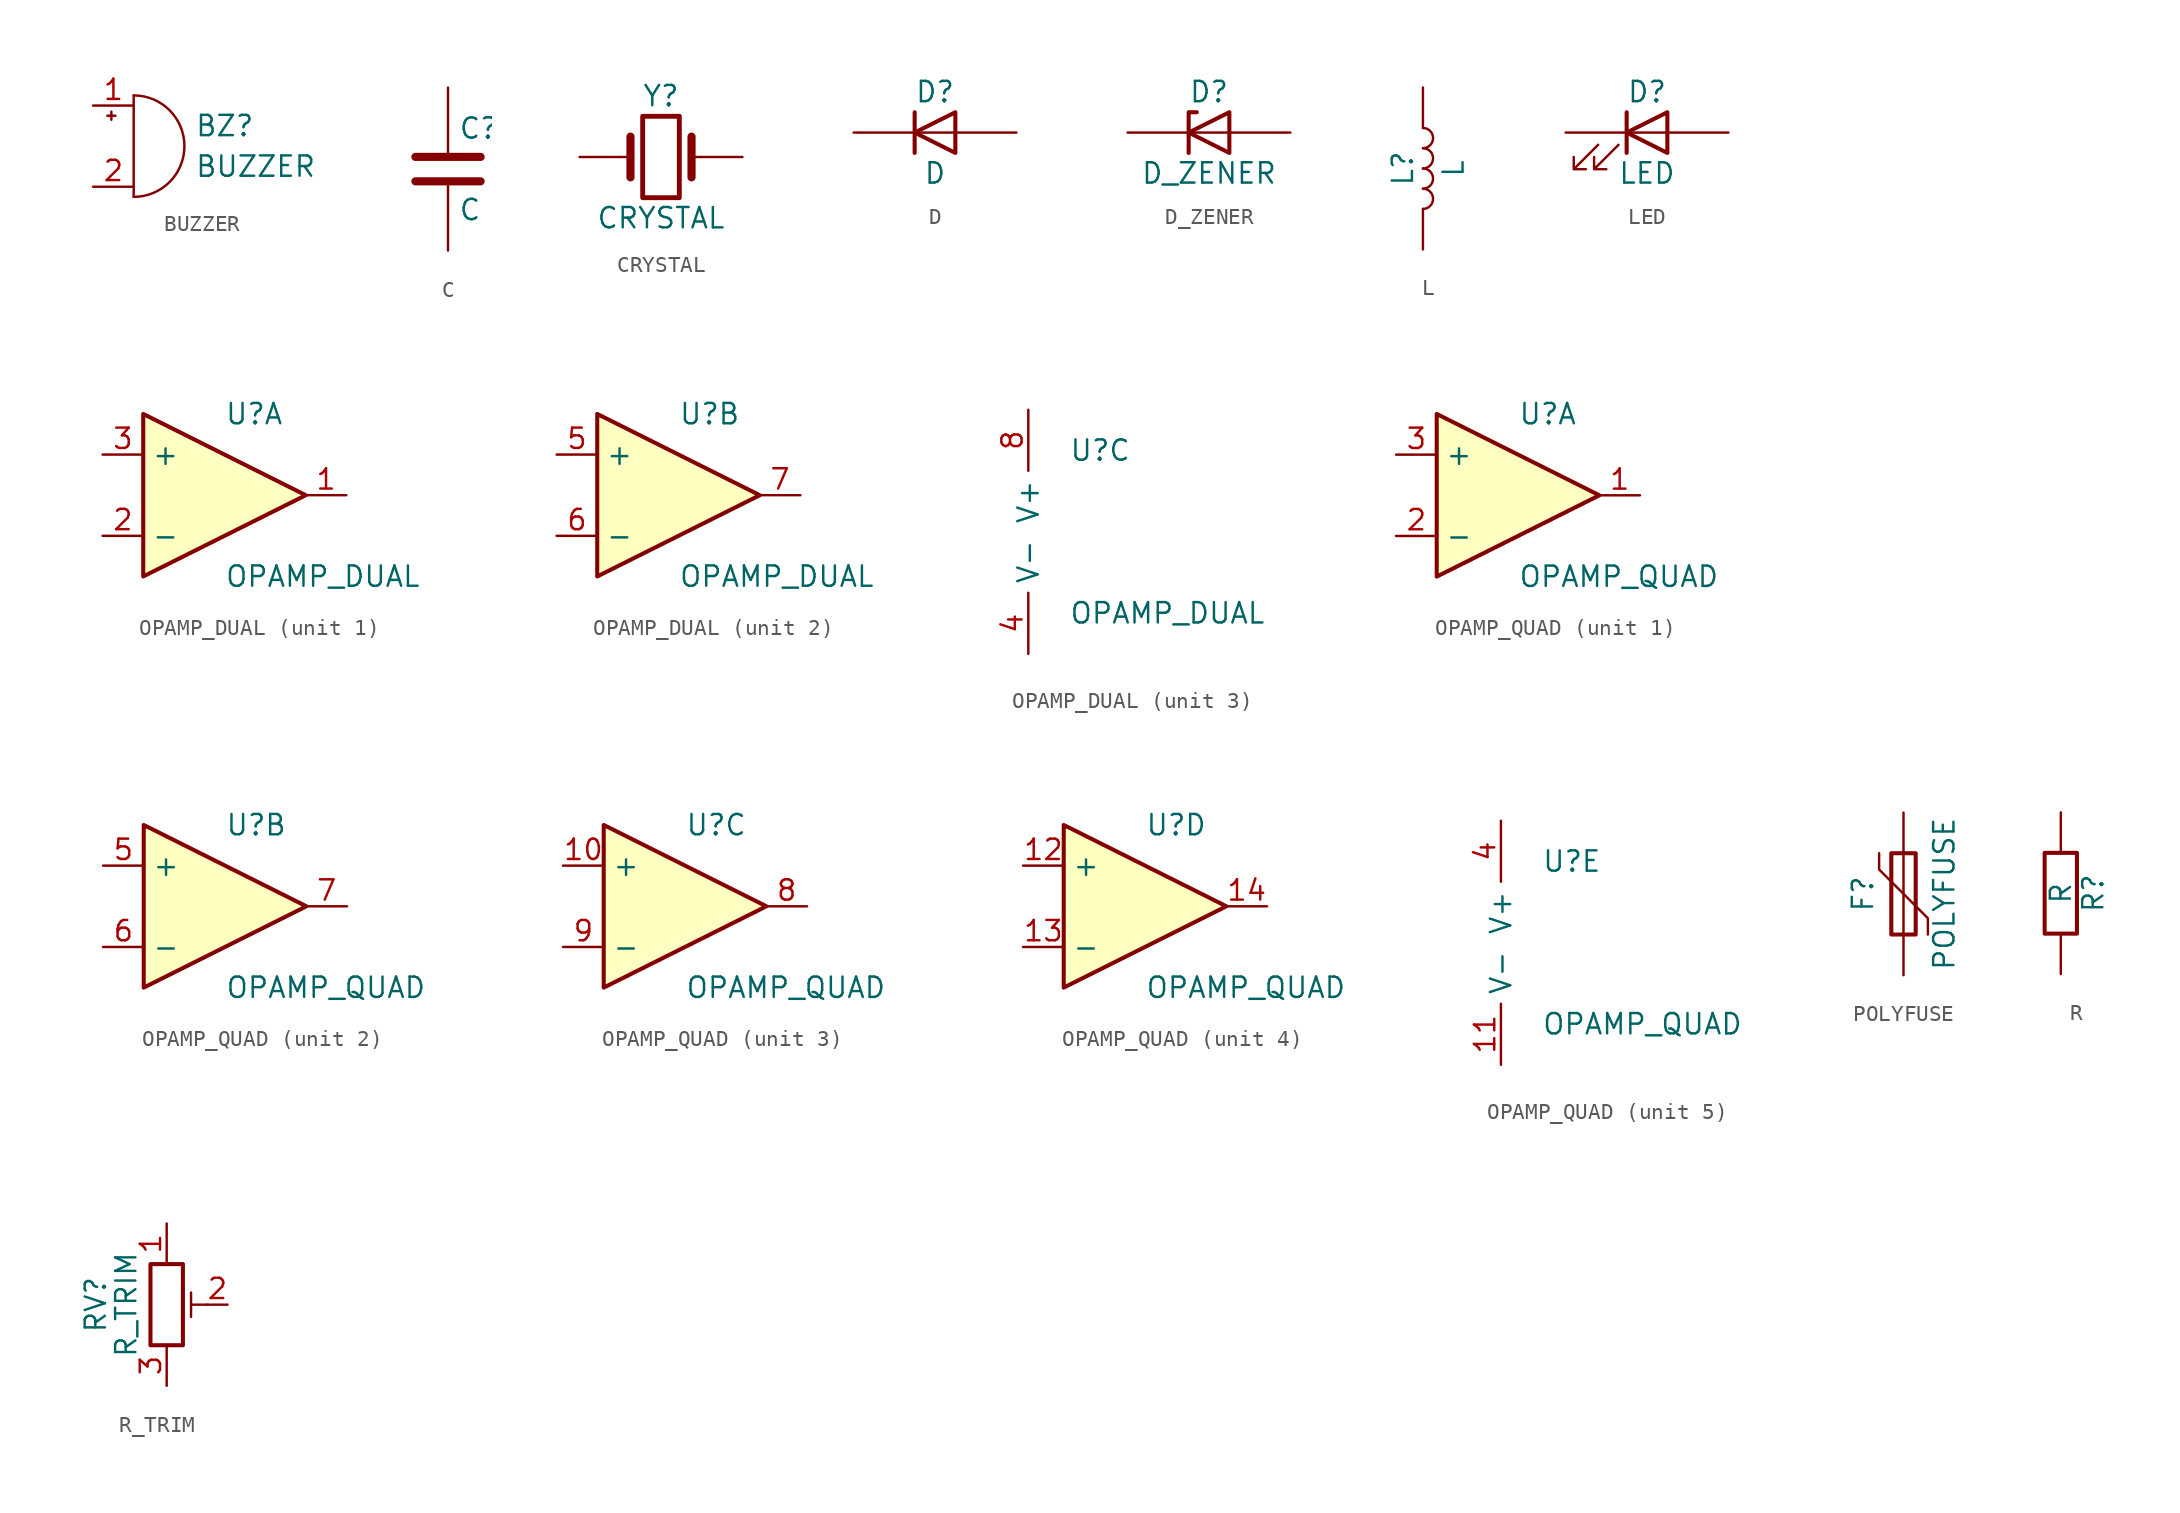
<source format=kicad_sym>
(kicad_symbol_lib
  (version 20211014)
  (generator kicad_symbol_editor)
  (symbol "BUZZER"
    (pin_names
      (offset 0.025) hide)
    (property "Reference" "BZ"
      (at 3.81 1.27 0)
      (effects (font (size 1.27 1.27)) (justify left)))
    (property "Value" "BUZZER"
      (at 3.81 -1.27 0)
      (effects (font (size 1.27 1.27)) (justify left)))
    (symbol "BUZZER_0_1"
      (arc (start 0 -3.175) (mid 3.175 0) (end 0 3.175) (stroke (width 0) (type default) (color 0 0 0 0)) (fill (type none)))
      (polyline (pts (xy -1.651 1.905) (xy -1.143 1.905)) (stroke (width 0) (type default) (color 0 0 0 0)) (fill (type none)))
      (polyline (pts (xy -1.397 2.159) (xy -1.397 1.651)) (stroke (width 0) (type default) (color 0 0 0 0)) (fill (type none)))
      (polyline (pts (xy 0 3.175) (xy 0 -3.175)) (stroke (width 0) (type default) (color 0 0 0 0)) (fill (type none))))
    (symbol "BUZZER_1_1"
      (pin passive line (at -2.54 2.54 0) (length 2.54) (name "-" (effects (font (size 1.27 1.27)))) (number "1" (effects (font (size 1.27 1.27)))))
      (pin passive line (at -2.54 -2.54 0) (length 2.54) (name "+" (effects (font (size 1.27 1.27)))) (number "2" (effects (font (size 1.27 1.27)))))))
  (symbol "C"
    (pin_numbers hide)
    (pin_names
      (offset 0.254))
    (property "Reference" "C"
      (at 0.635 2.54 0)
      (effects (font (size 1.27 1.27)) (justify left)))
    (property "Value" "C"
      (at 0.635 -2.54 0)
      (effects (font (size 1.27 1.27)) (justify left)))
    (symbol "C_0_1"
      (polyline (pts (xy -2.032 -0.762) (xy 2.032 -0.762)) (stroke (width 0.508) (type default) (color 0 0 0 0)) (fill (type none)))
      (polyline (pts (xy -2.032 0.762) (xy 2.032 0.762)) (stroke (width 0.508) (type default) (color 0 0 0 0)) (fill (type none))))
    (symbol "C_1_1"
      (pin passive line (at 0 5.08 270) (length 4.064) (name "~" (effects (font (size 1.27 1.27)))) (number "1" (effects (font (size 1.27 1.27)))))
      (pin passive line (at 0 -5.08 90) (length 4.064) (name "~" (effects (font (size 1.27 1.27)))) (number "2" (effects (font (size 1.27 1.27)))))))
  (symbol "CRYSTAL"
    (pin_numbers hide)
    (pin_names
      (offset 1.016) hide)
    (property "Reference" "Y"
      (at 0 3.81 0)
      (effects (font (size 1.27 1.27))))
    (property "Value" "CRYSTAL"
      (at 0 -3.81 0)
      (effects (font (size 1.27 1.27))))
    (symbol "CRYSTAL_0_1"
      (rectangle (start -1.143 2.54) (end 1.143 -2.54) (stroke (width 0.305) (type default) (color 0 0 0 0)) (fill (type none)))
      (polyline (pts (xy -2.54 0) (xy -1.905 0)) (stroke (width 0) (type default) (color 0 0 0 0)) (fill (type none)))
      (polyline (pts (xy -1.905 -1.27) (xy -1.905 1.27)) (stroke (width 0.508) (type default) (color 0 0 0 0)) (fill (type none)))
      (polyline (pts (xy 1.905 -1.27) (xy 1.905 1.27)) (stroke (width 0.508) (type default) (color 0 0 0 0)) (fill (type none))))
    (symbol "CRYSTAL_1_1"
      (polyline (pts (xy 2.54 0) (xy 1.905 0)) (stroke (width 0) (type default) (color 0 0 0 0)) (fill (type none)))
      (pin passive line (at -5.08 0 0) (length 2.54) (name "1" (effects (font (size 1.27 1.27)))) (number "1" (effects (font (size 1.27 1.27)))))
      (pin passive line (at 5.08 0 180) (length 2.54) (name "2" (effects (font (size 1.27 1.27)))) (number "2" (effects (font (size 1.27 1.27)))))))
  (symbol "D"
    (pin_numbers hide)
    (pin_names
      (offset 1.016) hide)
    (property "Reference" "D"
      (at 0 2.54 0)
      (effects (font (size 1.27 1.27))))
    (property "Value" "D"
      (at 0 -2.54 0)
      (effects (font (size 1.27 1.27))))
    (symbol "D_0_1"
      (polyline (pts (xy -1.27 1.27) (xy -1.27 -1.27)) (stroke (width 0.254) (type default) (color 0 0 0 0)) (fill (type none)))
      (polyline (pts (xy 1.27 0) (xy -1.27 0)) (stroke (width 0) (type default) (color 0 0 0 0)) (fill (type none)))
      (polyline (pts (xy 1.27 1.27) (xy 1.27 -1.27) (xy -1.27 0) (xy 1.27 1.27)) (stroke (width 0.254) (type default) (color 0 0 0 0)) (fill (type none))))
    (symbol "D_1_1"
      (pin passive line (at -5.08 0 0) (length 3.81) (name "K" (effects (font (size 1.27 1.27)))) (number "1" (effects (font (size 1.27 1.27)))))
      (pin passive line (at 5.08 0 180) (length 3.81) (name "A" (effects (font (size 1.27 1.27)))) (number "2" (effects (font (size 1.27 1.27)))))))
  (symbol "D_ZENER"
    (pin_numbers hide)
    (pin_names
      (offset 1.016) hide)
    (property "Reference" "D"
      (at 0 2.54 0)
      (effects (font (size 1.27 1.27))))
    (property "Value" "D_ZENER"
      (at 0 -2.54 0)
      (effects (font (size 1.27 1.27))))
    (symbol "D_ZENER_0_1"
      (polyline (pts (xy 1.27 0) (xy -1.27 0)) (stroke (width 0) (type default) (color 0 0 0 0)) (fill (type none)))
      (polyline (pts (xy -1.27 -1.27) (xy -1.27 1.27) (xy -0.762 1.27)) (stroke (width 0.254) (type default) (color 0 0 0 0)) (fill (type none)))
      (polyline (pts (xy 1.27 -1.27) (xy 1.27 1.27) (xy -1.27 0) (xy 1.27 -1.27)) (stroke (width 0.254) (type default) (color 0 0 0 0)) (fill (type none))))
    (symbol "D_ZENER_1_1"
      (pin passive line (at -5.08 0 0) (length 3.81) (name "K" (effects (font (size 1.27 1.27)))) (number "1" (effects (font (size 1.27 1.27)))))
      (pin passive line (at 5.08 0 180) (length 3.81) (name "A" (effects (font (size 1.27 1.27)))) (number "2" (effects (font (size 1.27 1.27)))))))
  (symbol "L"
    (pin_numbers hide)
    (pin_names
      (offset 1.016) hide)
    (property "Reference" "L"
      (at -1.27 0 90)
      (effects (font (size 1.27 1.27))))
    (property "Value" "L"
      (at 1.905 0 90)
      (effects (font (size 1.27 1.27))))
    (symbol "L_0_1"
      (arc (start 0 -2.54) (mid 0.635 -1.905) (end 0 -1.27) (stroke (width 0) (type default) (color 0 0 0 0)) (fill (type none)))
      (arc (start 0 -1.27) (mid 0.635 -0.635) (end 0 0) (stroke (width 0) (type default) (color 0 0 0 0)) (fill (type none)))
      (arc (start 0 0) (mid 0.635 0.635) (end 0 1.27) (stroke (width 0) (type default) (color 0 0 0 0)) (fill (type none)))
      (arc (start 0 1.27) (mid 0.635 1.905) (end 0 2.54) (stroke (width 0) (type default) (color 0 0 0 0)) (fill (type none))))
    (symbol "L_1_1"
      (pin passive line (at 0 5.08 270) (length 2.54) (name "1" (effects (font (size 1.27 1.27)))) (number "1" (effects (font (size 1.27 1.27)))))
      (pin passive line (at 0 -5.08 90) (length 2.54) (name "2" (effects (font (size 1.27 1.27)))) (number "2" (effects (font (size 1.27 1.27)))))))
  (symbol "LED"
    (pin_numbers hide)
    (pin_names
      (offset 1.016) hide)
    (property "Reference" "D"
      (at 0 2.54 0)
      (effects (font (size 1.27 1.27))))
    (property "Value" "LED"
      (at 0 -2.54 0)
      (effects (font (size 1.27 1.27))))
    (symbol "LED_0_1"
      (polyline (pts (xy -1.27 -1.27) (xy -1.27 1.27)) (stroke (width 0.254) (type default) (color 0 0 0 0)) (fill (type none)))
      (polyline (pts (xy -1.27 0) (xy 1.27 0)) (stroke (width 0) (type default) (color 0 0 0 0)) (fill (type none)))
      (polyline (pts (xy 1.27 -1.27) (xy 1.27 1.27) (xy -1.27 0) (xy 1.27 -1.27)) (stroke (width 0.254) (type default) (color 0 0 0 0)) (fill (type none)))
      (polyline (pts (xy -3.048 -0.762) (xy -4.572 -2.286) (xy -3.81 -2.286) (xy -4.572 -2.286) (xy -4.572 -1.524)) (stroke (width 0) (type default) (color 0 0 0 0)) (fill (type none)))
      (polyline (pts (xy -1.778 -0.762) (xy -3.302 -2.286) (xy -2.54 -2.286) (xy -3.302 -2.286) (xy -3.302 -1.524)) (stroke (width 0) (type default) (color 0 0 0 0)) (fill (type none))))
    (symbol "LED_1_1"
      (pin passive line (at -5.08 0 0) (length 3.81) (name "K" (effects (font (size 1.27 1.27)))) (number "1" (effects (font (size 1.27 1.27)))))
      (pin passive line (at 5.08 0 180) (length 3.81) (name "A" (effects (font (size 1.27 1.27)))) (number "2" (effects (font (size 1.27 1.27)))))))
  (symbol "OPAMP_DUAL"
    (property "Reference" "U"
      (at 0 5.08 0)
      (effects (font (size 1.27 1.27)) (justify left)))
    (property "Value" "OPAMP_DUAL"
      (at 0 -5.08 0)
      (effects (font (size 1.27 1.27)) (justify left)))
    (property "ki_locked" ""
      (at 0 0 0)
      (effects (font (size 1.27 1.27))))
    (symbol "OPAMP_DUAL_1_1"
      (polyline (pts (xy -5.08 5.08) (xy 5.08 0) (xy -5.08 -5.08) (xy -5.08 5.08)) (stroke (width 0.254) (type default) (color 0 0 0 0)) (fill (type background)))
      (pin output line (at 7.62 0 180) (length 2.54) (name "~" (effects (font (size 1.27 1.27)))) (number "1" (effects (font (size 1.27 1.27)))))
      (pin input line (at -7.62 -2.54 0) (length 2.54) (name "-" (effects (font (size 1.27 1.27)))) (number "2" (effects (font (size 1.27 1.27)))))
      (pin input line (at -7.62 2.54 0) (length 2.54) (name "+" (effects (font (size 1.27 1.27)))) (number "3" (effects (font (size 1.27 1.27))))))
    (symbol "OPAMP_DUAL_2_1"
      (polyline (pts (xy -5.08 5.08) (xy 5.08 0) (xy -5.08 -5.08) (xy -5.08 5.08)) (stroke (width 0.254) (type default) (color 0 0 0 0)) (fill (type background)))
      (pin input line (at -7.62 2.54 0) (length 2.54) (name "+" (effects (font (size 1.27 1.27)))) (number "5" (effects (font (size 1.27 1.27)))))
      (pin input line (at -7.62 -2.54 0) (length 2.54) (name "-" (effects (font (size 1.27 1.27)))) (number "6" (effects (font (size 1.27 1.27)))))
      (pin output line (at 7.62 0 180) (length 2.54) (name "~" (effects (font (size 1.27 1.27)))) (number "7" (effects (font (size 1.27 1.27))))))
    (symbol "OPAMP_DUAL_3_1"
      (pin power_in line (at -2.54 -7.62 90) (length 3.81) (name "V-" (effects (font (size 1.27 1.27)))) (number "4" (effects (font (size 1.27 1.27)))))
      (pin power_in line (at -2.54 7.62 270) (length 3.81) (name "V+" (effects (font (size 1.27 1.27)))) (number "8" (effects (font (size 1.27 1.27)))))))
  (symbol "OPAMP_QUAD"
    (property "Reference" "U"
      (at 0 5.08 0)
      (effects (font (size 1.27 1.27)) (justify left)))
    (property "Value" "OPAMP_QUAD"
      (at 0 -5.08 0)
      (effects (font (size 1.27 1.27)) (justify left)))
    (property "ki_locked" ""
      (at 0 0 0)
      (effects (font (size 1.27 1.27))))
    (symbol "OPAMP_QUAD_1_1"
      (polyline (pts (xy -5.08 5.08) (xy 5.08 0) (xy -5.08 -5.08) (xy -5.08 5.08)) (stroke (width 0.254) (type default) (color 0 0 0 0)) (fill (type background)))
      (pin output line (at 7.62 0 180) (length 2.54) (name "~" (effects (font (size 1.27 1.27)))) (number "1" (effects (font (size 1.27 1.27)))))
      (pin input line (at -7.62 -2.54 0) (length 2.54) (name "-" (effects (font (size 1.27 1.27)))) (number "2" (effects (font (size 1.27 1.27)))))
      (pin input line (at -7.62 2.54 0) (length 2.54) (name "+" (effects (font (size 1.27 1.27)))) (number "3" (effects (font (size 1.27 1.27))))))
    (symbol "OPAMP_QUAD_2_1"
      (polyline (pts (xy -5.08 5.08) (xy 5.08 0) (xy -5.08 -5.08) (xy -5.08 5.08)) (stroke (width 0.254) (type default) (color 0 0 0 0)) (fill (type background)))
      (pin input line (at -7.62 2.54 0) (length 2.54) (name "+" (effects (font (size 1.27 1.27)))) (number "5" (effects (font (size 1.27 1.27)))))
      (pin input line (at -7.62 -2.54 0) (length 2.54) (name "-" (effects (font (size 1.27 1.27)))) (number "6" (effects (font (size 1.27 1.27)))))
      (pin output line (at 7.62 0 180) (length 2.54) (name "~" (effects (font (size 1.27 1.27)))) (number "7" (effects (font (size 1.27 1.27))))))
    (symbol "OPAMP_QUAD_3_1"
      (polyline (pts (xy -5.08 5.08) (xy 5.08 0) (xy -5.08 -5.08) (xy -5.08 5.08)) (stroke (width 0.254) (type default) (color 0 0 0 0)) (fill (type background)))
      (pin input line (at -7.62 2.54 0) (length 2.54) (name "+" (effects (font (size 1.27 1.27)))) (number "10" (effects (font (size 1.27 1.27)))))
      (pin output line (at 7.62 0 180) (length 2.54) (name "~" (effects (font (size 1.27 1.27)))) (number "8" (effects (font (size 1.27 1.27)))))
      (pin input line (at -7.62 -2.54 0) (length 2.54) (name "-" (effects (font (size 1.27 1.27)))) (number "9" (effects (font (size 1.27 1.27))))))
    (symbol "OPAMP_QUAD_4_1"
      (polyline (pts (xy -5.08 5.08) (xy 5.08 0) (xy -5.08 -5.08) (xy -5.08 5.08)) (stroke (width 0.254) (type default) (color 0 0 0 0)) (fill (type background)))
      (pin input line (at -7.62 2.54 0) (length 2.54) (name "+" (effects (font (size 1.27 1.27)))) (number "12" (effects (font (size 1.27 1.27)))))
      (pin input line (at -7.62 -2.54 0) (length 2.54) (name "-" (effects (font (size 1.27 1.27)))) (number "13" (effects (font (size 1.27 1.27)))))
      (pin output line (at 7.62 0 180) (length 2.54) (name "~" (effects (font (size 1.27 1.27)))) (number "14" (effects (font (size 1.27 1.27))))))
    (symbol "OPAMP_QUAD_5_1"
      (pin power_in line (at -2.54 -7.62 90) (length 3.81) (name "V-" (effects (font (size 1.27 1.27)))) (number "11" (effects (font (size 1.27 1.27)))))
      (pin power_in line (at -2.54 7.62 270) (length 3.81) (name "V+" (effects (font (size 1.27 1.27)))) (number "4" (effects (font (size 1.27 1.27)))))))
  (symbol "POLYFUSE"
    (pin_numbers hide)
    (pin_names
      (offset 0))
    (property "Reference" "F"
      (at -2.54 0 90)
      (effects (font (size 1.27 1.27))))
    (property "Value" "POLYFUSE"
      (at 2.54 0 90)
      (effects (font (size 1.27 1.27))))
    (symbol "POLYFUSE_0_1"
      (rectangle (start -0.762 2.54) (end 0.762 -2.54) (stroke (width 0.254) (type default) (color 0 0 0 0)) (fill (type none)))
      (polyline (pts (xy 0 2.54) (xy 0 -2.54)) (stroke (width 0) (type default) (color 0 0 0 0)) (fill (type none)))
      (polyline (pts (xy -1.524 2.54) (xy -1.524 1.524) (xy 1.524 -1.524) (xy 1.524 -2.54)) (stroke (width 0) (type default) (color 0 0 0 0)) (fill (type none))))
    (symbol "POLYFUSE_1_1"
      (pin passive line (at 0 5.08 270) (length 2.54) (name "~" (effects (font (size 1.27 1.27)))) (number "1" (effects (font (size 1.27 1.27)))))
      (pin passive line (at 0 -5.08 90) (length 2.54) (name "~" (effects (font (size 1.27 1.27)))) (number "2" (effects (font (size 1.27 1.27)))))))
  (symbol "R"
    (pin_numbers hide)
    (pin_names
      (offset 0))
    (property "Reference" "R"
      (at 2.032 0 90)
      (effects (font (size 1.27 1.27))))
    (property "Value" "R"
      (at 0 0 90)
      (effects (font (size 1.27 1.27))))
    (symbol "R_0_1"
      (rectangle (start -1.016 -2.54) (end 1.016 2.54) (stroke (width 0.254) (type default) (color 0 0 0 0)) (fill (type none))))
    (symbol "R_1_1"
      (pin passive line (at 0 5.08 270) (length 2.54) (name "~" (effects (font (size 1.27 1.27)))) (number "1" (effects (font (size 1.27 1.27)))))
      (pin passive line (at 0 -5.08 90) (length 2.54) (name "~" (effects (font (size 1.27 1.27)))) (number "2" (effects (font (size 1.27 1.27)))))))
  (symbol "R_TRIM"
    (pin_names
      (offset 1.016) hide)
    (property "Reference" "RV"
      (at -4.445 0 90)
      (effects (font (size 1.27 1.27))))
    (property "Value" "R_TRIM"
      (at -2.54 0 90)
      (effects (font (size 1.27 1.27))))
    (symbol "R_TRIM_0_1"
      (polyline (pts (xy 1.524 0.762) (xy 1.524 -0.762)) (stroke (width 0) (type default) (color 0 0 0 0)) (fill (type none)))
      (polyline (pts (xy 2.54 0) (xy 1.524 0)) (stroke (width 0) (type default) (color 0 0 0 0)) (fill (type none)))
      (rectangle (start 1.016 2.54) (end -1.016 -2.54) (stroke (width 0.254) (type default) (color 0 0 0 0)) (fill (type none))))
    (symbol "R_TRIM_1_1"
      (pin passive line (at 0 5.08 270) (length 2.54) (name "1" (effects (font (size 1.27 1.27)))) (number "1" (effects (font (size 1.27 1.27)))))
      (pin passive line (at 3.81 0 180) (length 1.27) (name "2" (effects (font (size 1.27 1.27)))) (number "2" (effects (font (size 1.27 1.27)))))
      (pin passive line (at 0 -5.08 90) (length 2.54) (name "3" (effects (font (size 1.27 1.27)))) (number "3" (effects (font (size 1.27 1.27))))))))
</source>
